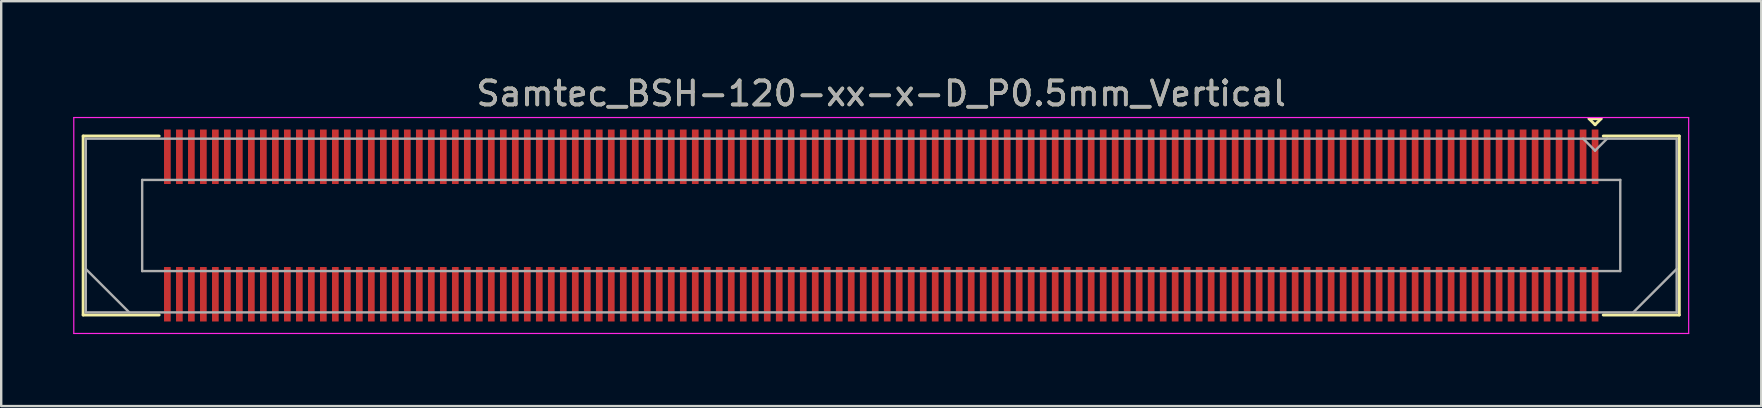
<source format=kicad_pcb>
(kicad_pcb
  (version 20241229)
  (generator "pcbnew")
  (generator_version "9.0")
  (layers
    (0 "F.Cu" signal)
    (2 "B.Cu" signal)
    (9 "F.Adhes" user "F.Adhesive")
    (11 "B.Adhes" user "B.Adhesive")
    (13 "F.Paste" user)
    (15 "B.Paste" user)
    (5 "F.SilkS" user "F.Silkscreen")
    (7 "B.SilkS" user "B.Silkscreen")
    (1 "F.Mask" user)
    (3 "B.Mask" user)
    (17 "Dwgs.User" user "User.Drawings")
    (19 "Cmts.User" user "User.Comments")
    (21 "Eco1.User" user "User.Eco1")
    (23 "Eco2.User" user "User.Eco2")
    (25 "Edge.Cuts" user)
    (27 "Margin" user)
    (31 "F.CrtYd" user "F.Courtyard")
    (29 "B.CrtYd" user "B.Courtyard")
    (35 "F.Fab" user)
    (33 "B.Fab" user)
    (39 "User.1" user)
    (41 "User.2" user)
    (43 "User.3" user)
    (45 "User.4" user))
  (footprint "Samtec_BSH-120-xx-x-D_P0.5mm_Vertical"
    (layer "F.Cu")
    (at 33.675 6.348)
    (property "Reference" "Samtec_BSH-120-xx-x-D_P0.5mm_Vertical" (at 0 -5.5 0) (layer "F.SilkS") (effects (font (size 1 1) (thickness 0.15))))
    (attr smd)
    (fp_line (start -33.26 -3.73) (end -30.09 -3.73) (stroke (width 0.12) (type solid)) (layer "F.SilkS"))
    (fp_line (start -33.26 3.73) (end -33.26 -3.73) (stroke (width 0.12) (type solid)) (layer "F.SilkS"))
    (fp_line (start -30.09 3.73) (end -33.26 3.73) (stroke (width 0.12) (type solid)) (layer "F.SilkS"))
    (fp_line (start 29.5 -4.45) (end 30 -4.45) (stroke (width 0.12) (type solid)) (layer "F.SilkS"))
    (fp_line (start 29.75 -4.2) (end 29.5 -4.45) (stroke (width 0.12) (type solid)) (layer "F.SilkS"))
    (fp_line (start 30 -4.45) (end 29.75 -4.2) (stroke (width 0.12) (type solid)) (layer "F.SilkS"))
    (fp_line (start 30.09 3.73) (end 33.26 3.73) (stroke (width 0.12) (type solid)) (layer "F.SilkS"))
    (fp_line (start 33.26 -3.73) (end 30.09 -3.73) (stroke (width 0.12) (type solid)) (layer "F.SilkS"))
    (fp_line (start 33.26 3.73) (end 33.26 -3.73) (stroke (width 0.12) (type solid)) (layer "F.SilkS"))
    (fp_line (start -33.65 -4.5) (end -33.65 4.5) (stroke (width 0.05) (type solid)) (layer "F.CrtYd"))
    (fp_line (start -33.65 4.5) (end 33.65 4.5) (stroke (width 0.05) (type solid)) (layer "F.CrtYd"))
    (fp_line (start 33.65 -4.5) (end -33.65 -4.5) (stroke (width 0.05) (type solid)) (layer "F.CrtYd"))
    (fp_line (start 33.65 4.5) (end 33.65 -4.5) (stroke (width 0.05) (type solid)) (layer "F.CrtYd"))
    (fp_line (start -33.15 -3.62) (end -33.15 3.62) (stroke (width 0.1) (type solid)) (layer "F.Fab"))
    (fp_line (start -33.15 1.81) (end -31.34 3.62) (stroke (width 0.1) (type solid)) (layer "F.Fab"))
    (fp_line (start -33.15 3.62) (end 33.15 3.62) (stroke (width 0.1) (type solid)) (layer "F.Fab"))
    (fp_line (start -30.8 -1.9) (end -30.8 1.9) (stroke (width 0.1) (type solid)) (layer "F.Fab"))
    (fp_line (start -30.8 1.9) (end 30.8 1.9) (stroke (width 0.1) (type solid)) (layer "F.Fab"))
    (fp_line (start 29.75 -3.12) (end 29.25 -3.62) (stroke (width 0.1) (type solid)) (layer "F.Fab"))
    (fp_line (start 30.25 -3.62) (end 29.75 -3.12) (stroke (width 0.1) (type solid)) (layer "F.Fab"))
    (fp_line (start 30.8 -1.9) (end -30.8 -1.9) (stroke (width 0.1) (type solid)) (layer "F.Fab"))
    (fp_line (start 30.8 1.9) (end 30.8 -1.9) (stroke (width 0.1) (type solid)) (layer "F.Fab"))
    (fp_line (start 33.15 -3.62) (end -33.15 -3.62) (stroke (width 0.1) (type solid)) (layer "F.Fab"))
    (fp_line (start 33.15 1.81) (end 31.34 3.62) (stroke (width 0.1) (type solid)) (layer "F.Fab"))
    (fp_line (start 33.15 3.62) (end 33.15 -3.62) (stroke (width 0.1) (type solid)) (layer "F.Fab"))
    (fp_text user "${REFERENCE}" (at 0 -5.5 0) (layer "F.Fab") (effects (font (size 1 1) (thickness 0.15))))
    (pad "1" smd rect (at 29.75 -2.865) (size 0.279 2.27) (layers "F.Cu" "F.Mask" "F.Paste"))
    (pad "2" smd rect (at 29.75 2.865) (size 0.279 2.27) (layers "F.Cu" "F.Mask" "F.Paste"))
    (pad "3" smd rect (at 29.25 -2.865) (size 0.279 2.27) (layers "F.Cu" "F.Mask" "F.Paste"))
    (pad "4" smd rect (at 29.25 2.865) (size 0.279 2.27) (layers "F.Cu" "F.Mask" "F.Paste"))
    (pad "5" smd rect (at 28.75 -2.865) (size 0.279 2.27) (layers "F.Cu" "F.Mask" "F.Paste"))
    (pad "6" smd rect (at 28.75 2.865) (size 0.279 2.27) (layers "F.Cu" "F.Mask" "F.Paste"))
    (pad "7" smd rect (at 28.25 -2.865) (size 0.279 2.27) (layers "F.Cu" "F.Mask" "F.Paste"))
    (pad "8" smd rect (at 28.25 2.865) (size 0.279 2.27) (layers "F.Cu" "F.Mask" "F.Paste"))
    (pad "9" smd rect (at 27.75 -2.865) (size 0.279 2.27) (layers "F.Cu" "F.Mask" "F.Paste"))
    (pad "10" smd rect (at 27.75 2.865) (size 0.279 2.27) (layers "F.Cu" "F.Mask" "F.Paste"))
    (pad "11" smd rect (at 27.25 -2.865) (size 0.279 2.27) (layers "F.Cu" "F.Mask" "F.Paste"))
    (pad "12" smd rect (at 27.25 2.865) (size 0.279 2.27) (layers "F.Cu" "F.Mask" "F.Paste"))
    (pad "13" smd rect (at 26.75 -2.865) (size 0.279 2.27) (layers "F.Cu" "F.Mask" "F.Paste"))
    (pad "14" smd rect (at 26.75 2.865) (size 0.279 2.27) (layers "F.Cu" "F.Mask" "F.Paste"))
    (pad "15" smd rect (at 26.25 -2.865) (size 0.279 2.27) (layers "F.Cu" "F.Mask" "F.Paste"))
    (pad "16" smd rect (at 26.25 2.865) (size 0.279 2.27) (layers "F.Cu" "F.Mask" "F.Paste"))
    (pad "17" smd rect (at 25.75 -2.865) (size 0.279 2.27) (layers "F.Cu" "F.Mask" "F.Paste"))
    (pad "18" smd rect (at 25.75 2.865) (size 0.279 2.27) (layers "F.Cu" "F.Mask" "F.Paste"))
    (pad "19" smd rect (at 25.25 -2.865) (size 0.279 2.27) (layers "F.Cu" "F.Mask" "F.Paste"))
    (pad "20" smd rect (at 25.25 2.865) (size 0.279 2.27) (layers "F.Cu" "F.Mask" "F.Paste"))
    (pad "21" smd rect (at 24.75 -2.865) (size 0.279 2.27) (layers "F.Cu" "F.Mask" "F.Paste"))
    (pad "22" smd rect (at 24.75 2.865) (size 0.279 2.27) (layers "F.Cu" "F.Mask" "F.Paste"))
    (pad "23" smd rect (at 24.25 -2.865) (size 0.279 2.27) (layers "F.Cu" "F.Mask" "F.Paste"))
    (pad "24" smd rect (at 24.25 2.865) (size 0.279 2.27) (layers "F.Cu" "F.Mask" "F.Paste"))
    (pad "25" smd rect (at 23.75 -2.865) (size 0.279 2.27) (layers "F.Cu" "F.Mask" "F.Paste"))
    (pad "26" smd rect (at 23.75 2.865) (size 0.279 2.27) (layers "F.Cu" "F.Mask" "F.Paste"))
    (pad "27" smd rect (at 23.25 -2.865) (size 0.279 2.27) (layers "F.Cu" "F.Mask" "F.Paste"))
    (pad "28" smd rect (at 23.25 2.865) (size 0.279 2.27) (layers "F.Cu" "F.Mask" "F.Paste"))
    (pad "29" smd rect (at 22.75 -2.865) (size 0.279 2.27) (layers "F.Cu" "F.Mask" "F.Paste"))
    (pad "30" smd rect (at 22.75 2.865) (size 0.279 2.27) (layers "F.Cu" "F.Mask" "F.Paste"))
    (pad "31" smd rect (at 22.25 -2.865) (size 0.279 2.27) (layers "F.Cu" "F.Mask" "F.Paste"))
    (pad "32" smd rect (at 22.25 2.865) (size 0.279 2.27) (layers "F.Cu" "F.Mask" "F.Paste"))
    (pad "33" smd rect (at 21.75 -2.865) (size 0.279 2.27) (layers "F.Cu" "F.Mask" "F.Paste"))
    (pad "34" smd rect (at 21.75 2.865) (size 0.279 2.27) (layers "F.Cu" "F.Mask" "F.Paste"))
    (pad "35" smd rect (at 21.25 -2.865) (size 0.279 2.27) (layers "F.Cu" "F.Mask" "F.Paste"))
    (pad "36" smd rect (at 21.25 2.865) (size 0.279 2.27) (layers "F.Cu" "F.Mask" "F.Paste"))
    (pad "37" smd rect (at 20.75 -2.865) (size 0.279 2.27) (layers "F.Cu" "F.Mask" "F.Paste"))
    (pad "38" smd rect (at 20.75 2.865) (size 0.279 2.27) (layers "F.Cu" "F.Mask" "F.Paste"))
    (pad "39" smd rect (at 20.25 -2.865) (size 0.279 2.27) (layers "F.Cu" "F.Mask" "F.Paste"))
    (pad "40" smd rect (at 20.25 2.865) (size 0.279 2.27) (layers "F.Cu" "F.Mask" "F.Paste"))
    (pad "41" smd rect (at 19.75 -2.865) (size 0.279 2.27) (layers "F.Cu" "F.Mask" "F.Paste"))
    (pad "42" smd rect (at 19.75 2.865) (size 0.279 2.27) (layers "F.Cu" "F.Mask" "F.Paste"))
    (pad "43" smd rect (at 19.25 -2.865) (size 0.279 2.27) (layers "F.Cu" "F.Mask" "F.Paste"))
    (pad "44" smd rect (at 19.25 2.865) (size 0.279 2.27) (layers "F.Cu" "F.Mask" "F.Paste"))
    (pad "45" smd rect (at 18.75 -2.865) (size 0.279 2.27) (layers "F.Cu" "F.Mask" "F.Paste"))
    (pad "46" smd rect (at 18.75 2.865) (size 0.279 2.27) (layers "F.Cu" "F.Mask" "F.Paste"))
    (pad "47" smd rect (at 18.25 -2.865) (size 0.279 2.27) (layers "F.Cu" "F.Mask" "F.Paste"))
    (pad "48" smd rect (at 18.25 2.865) (size 0.279 2.27) (layers "F.Cu" "F.Mask" "F.Paste"))
    (pad "49" smd rect (at 17.75 -2.865) (size 0.279 2.27) (layers "F.Cu" "F.Mask" "F.Paste"))
    (pad "50" smd rect (at 17.75 2.865) (size 0.279 2.27) (layers "F.Cu" "F.Mask" "F.Paste"))
    (pad "51" smd rect (at 17.25 -2.865) (size 0.279 2.27) (layers "F.Cu" "F.Mask" "F.Paste"))
    (pad "52" smd rect (at 17.25 2.865) (size 0.279 2.27) (layers "F.Cu" "F.Mask" "F.Paste"))
    (pad "53" smd rect (at 16.75 -2.865) (size 0.279 2.27) (layers "F.Cu" "F.Mask" "F.Paste"))
    (pad "54" smd rect (at 16.75 2.865) (size 0.279 2.27) (layers "F.Cu" "F.Mask" "F.Paste"))
    (pad "55" smd rect (at 16.25 -2.865) (size 0.279 2.27) (layers "F.Cu" "F.Mask" "F.Paste"))
    (pad "56" smd rect (at 16.25 2.865) (size 0.279 2.27) (layers "F.Cu" "F.Mask" "F.Paste"))
    (pad "57" smd rect (at 15.75 -2.865) (size 0.279 2.27) (layers "F.Cu" "F.Mask" "F.Paste"))
    (pad "58" smd rect (at 15.75 2.865) (size 0.279 2.27) (layers "F.Cu" "F.Mask" "F.Paste"))
    (pad "59" smd rect (at 15.25 -2.865) (size 0.279 2.27) (layers "F.Cu" "F.Mask" "F.Paste"))
    (pad "60" smd rect (at 15.25 2.865) (size 0.279 2.27) (layers "F.Cu" "F.Mask" "F.Paste"))
    (pad "61" smd rect (at 14.75 -2.865) (size 0.279 2.27) (layers "F.Cu" "F.Mask" "F.Paste"))
    (pad "62" smd rect (at 14.75 2.865) (size 0.279 2.27) (layers "F.Cu" "F.Mask" "F.Paste"))
    (pad "63" smd rect (at 14.25 -2.865) (size 0.279 2.27) (layers "F.Cu" "F.Mask" "F.Paste"))
    (pad "64" smd rect (at 14.25 2.865) (size 0.279 2.27) (layers "F.Cu" "F.Mask" "F.Paste"))
    (pad "65" smd rect (at 13.75 -2.865) (size 0.279 2.27) (layers "F.Cu" "F.Mask" "F.Paste"))
    (pad "66" smd rect (at 13.75 2.865) (size 0.279 2.27) (layers "F.Cu" "F.Mask" "F.Paste"))
    (pad "67" smd rect (at 13.25 -2.865) (size 0.279 2.27) (layers "F.Cu" "F.Mask" "F.Paste"))
    (pad "68" smd rect (at 13.25 2.865) (size 0.279 2.27) (layers "F.Cu" "F.Mask" "F.Paste"))
    (pad "69" smd rect (at 12.75 -2.865) (size 0.279 2.27) (layers "F.Cu" "F.Mask" "F.Paste"))
    (pad "70" smd rect (at 12.75 2.865) (size 0.279 2.27) (layers "F.Cu" "F.Mask" "F.Paste"))
    (pad "71" smd rect (at 12.25 -2.865) (size 0.279 2.27) (layers "F.Cu" "F.Mask" "F.Paste"))
    (pad "72" smd rect (at 12.25 2.865) (size 0.279 2.27) (layers "F.Cu" "F.Mask" "F.Paste"))
    (pad "73" smd rect (at 11.75 -2.865) (size 0.279 2.27) (layers "F.Cu" "F.Mask" "F.Paste"))
    (pad "74" smd rect (at 11.75 2.865) (size 0.279 2.27) (layers "F.Cu" "F.Mask" "F.Paste"))
    (pad "75" smd rect (at 11.25 -2.865) (size 0.279 2.27) (layers "F.Cu" "F.Mask" "F.Paste"))
    (pad "76" smd rect (at 11.25 2.865) (size 0.279 2.27) (layers "F.Cu" "F.Mask" "F.Paste"))
    (pad "77" smd rect (at 10.75 -2.865) (size 0.279 2.27) (layers "F.Cu" "F.Mask" "F.Paste"))
    (pad "78" smd rect (at 10.75 2.865) (size 0.279 2.27) (layers "F.Cu" "F.Mask" "F.Paste"))
    (pad "79" smd rect (at 10.25 -2.865) (size 0.279 2.27) (layers "F.Cu" "F.Mask" "F.Paste"))
    (pad "80" smd rect (at 10.25 2.865) (size 0.279 2.27) (layers "F.Cu" "F.Mask" "F.Paste"))
    (pad "81" smd rect (at 9.75 -2.865) (size 0.279 2.27) (layers "F.Cu" "F.Mask" "F.Paste"))
    (pad "82" smd rect (at 9.75 2.865) (size 0.279 2.27) (layers "F.Cu" "F.Mask" "F.Paste"))
    (pad "83" smd rect (at 9.25 -2.865) (size 0.279 2.27) (layers "F.Cu" "F.Mask" "F.Paste"))
    (pad "84" smd rect (at 9.25 2.865) (size 0.279 2.27) (layers "F.Cu" "F.Mask" "F.Paste"))
    (pad "85" smd rect (at 8.75 -2.865) (size 0.279 2.27) (layers "F.Cu" "F.Mask" "F.Paste"))
    (pad "86" smd rect (at 8.75 2.865) (size 0.279 2.27) (layers "F.Cu" "F.Mask" "F.Paste"))
    (pad "87" smd rect (at 8.25 -2.865) (size 0.279 2.27) (layers "F.Cu" "F.Mask" "F.Paste"))
    (pad "88" smd rect (at 8.25 2.865) (size 0.279 2.27) (layers "F.Cu" "F.Mask" "F.Paste"))
    (pad "89" smd rect (at 7.75 -2.865) (size 0.279 2.27) (layers "F.Cu" "F.Mask" "F.Paste"))
    (pad "90" smd rect (at 7.75 2.865) (size 0.279 2.27) (layers "F.Cu" "F.Mask" "F.Paste"))
    (pad "91" smd rect (at 7.25 -2.865) (size 0.279 2.27) (layers "F.Cu" "F.Mask" "F.Paste"))
    (pad "92" smd rect (at 7.25 2.865) (size 0.279 2.27) (layers "F.Cu" "F.Mask" "F.Paste"))
    (pad "93" smd rect (at 6.75 -2.865) (size 0.279 2.27) (layers "F.Cu" "F.Mask" "F.Paste"))
    (pad "94" smd rect (at 6.75 2.865) (size 0.279 2.27) (layers "F.Cu" "F.Mask" "F.Paste"))
    (pad "95" smd rect (at 6.25 -2.865) (size 0.279 2.27) (layers "F.Cu" "F.Mask" "F.Paste"))
    (pad "96" smd rect (at 6.25 2.865) (size 0.279 2.27) (layers "F.Cu" "F.Mask" "F.Paste"))
    (pad "97" smd rect (at 5.75 -2.865) (size 0.279 2.27) (layers "F.Cu" "F.Mask" "F.Paste"))
    (pad "98" smd rect (at 5.75 2.865) (size 0.279 2.27) (layers "F.Cu" "F.Mask" "F.Paste"))
    (pad "99" smd rect (at 5.25 -2.865) (size 0.279 2.27) (layers "F.Cu" "F.Mask" "F.Paste"))
    (pad "100" smd rect (at 5.25 2.865) (size 0.279 2.27) (layers "F.Cu" "F.Mask" "F.Paste"))
    (pad "101" smd rect (at 4.75 -2.865) (size 0.279 2.27) (layers "F.Cu" "F.Mask" "F.Paste"))
    (pad "102" smd rect (at 4.75 2.865) (size 0.279 2.27) (layers "F.Cu" "F.Mask" "F.Paste"))
    (pad "103" smd rect (at 4.25 -2.865) (size 0.279 2.27) (layers "F.Cu" "F.Mask" "F.Paste"))
    (pad "104" smd rect (at 4.25 2.865) (size 0.279 2.27) (layers "F.Cu" "F.Mask" "F.Paste"))
    (pad "105" smd rect (at 3.75 -2.865) (size 0.279 2.27) (layers "F.Cu" "F.Mask" "F.Paste"))
    (pad "106" smd rect (at 3.75 2.865) (size 0.279 2.27) (layers "F.Cu" "F.Mask" "F.Paste"))
    (pad "107" smd rect (at 3.25 -2.865) (size 0.279 2.27) (layers "F.Cu" "F.Mask" "F.Paste"))
    (pad "108" smd rect (at 3.25 2.865) (size 0.279 2.27) (layers "F.Cu" "F.Mask" "F.Paste"))
    (pad "109" smd rect (at 2.75 -2.865) (size 0.279 2.27) (layers "F.Cu" "F.Mask" "F.Paste"))
    (pad "110" smd rect (at 2.75 2.865) (size 0.279 2.27) (layers "F.Cu" "F.Mask" "F.Paste"))
    (pad "111" smd rect (at 2.25 -2.865) (size 0.279 2.27) (layers "F.Cu" "F.Mask" "F.Paste"))
    (pad "112" smd rect (at 2.25 2.865) (size 0.279 2.27) (layers "F.Cu" "F.Mask" "F.Paste"))
    (pad "113" smd rect (at 1.75 -2.865) (size 0.279 2.27) (layers "F.Cu" "F.Mask" "F.Paste"))
    (pad "114" smd rect (at 1.75 2.865) (size 0.279 2.27) (layers "F.Cu" "F.Mask" "F.Paste"))
    (pad "115" smd rect (at 1.25 -2.865) (size 0.279 2.27) (layers "F.Cu" "F.Mask" "F.Paste"))
    (pad "116" smd rect (at 1.25 2.865) (size 0.279 2.27) (layers "F.Cu" "F.Mask" "F.Paste"))
    (pad "117" smd rect (at 0.75 -2.865) (size 0.279 2.27) (layers "F.Cu" "F.Mask" "F.Paste"))
    (pad "118" smd rect (at 0.75 2.865) (size 0.279 2.27) (layers "F.Cu" "F.Mask" "F.Paste"))
    (pad "119" smd rect (at 0.25 -2.865) (size 0.279 2.27) (layers "F.Cu" "F.Mask" "F.Paste"))
    (pad "120" smd rect (at 0.25 2.865) (size 0.279 2.27) (layers "F.Cu" "F.Mask" "F.Paste"))
    (pad "121" smd rect (at -0.25 -2.865) (size 0.279 2.27) (layers "F.Cu" "F.Mask" "F.Paste"))
    (pad "122" smd rect (at -0.25 2.865) (size 0.279 2.27) (layers "F.Cu" "F.Mask" "F.Paste"))
    (pad "123" smd rect (at -0.75 -2.865) (size 0.279 2.27) (layers "F.Cu" "F.Mask" "F.Paste"))
    (pad "124" smd rect (at -0.75 2.865) (size 0.279 2.27) (layers "F.Cu" "F.Mask" "F.Paste"))
    (pad "125" smd rect (at -1.25 -2.865) (size 0.279 2.27) (layers "F.Cu" "F.Mask" "F.Paste"))
    (pad "126" smd rect (at -1.25 2.865) (size 0.279 2.27) (layers "F.Cu" "F.Mask" "F.Paste"))
    (pad "127" smd rect (at -1.75 -2.865) (size 0.279 2.27) (layers "F.Cu" "F.Mask" "F.Paste"))
    (pad "128" smd rect (at -1.75 2.865) (size 0.279 2.27) (layers "F.Cu" "F.Mask" "F.Paste"))
    (pad "129" smd rect (at -2.25 -2.865) (size 0.279 2.27) (layers "F.Cu" "F.Mask" "F.Paste"))
    (pad "130" smd rect (at -2.25 2.865) (size 0.279 2.27) (layers "F.Cu" "F.Mask" "F.Paste"))
    (pad "131" smd rect (at -2.75 -2.865) (size 0.279 2.27) (layers "F.Cu" "F.Mask" "F.Paste"))
    (pad "132" smd rect (at -2.75 2.865) (size 0.279 2.27) (layers "F.Cu" "F.Mask" "F.Paste"))
    (pad "133" smd rect (at -3.25 -2.865) (size 0.279 2.27) (layers "F.Cu" "F.Mask" "F.Paste"))
    (pad "134" smd rect (at -3.25 2.865) (size 0.279 2.27) (layers "F.Cu" "F.Mask" "F.Paste"))
    (pad "135" smd rect (at -3.75 -2.865) (size 0.279 2.27) (layers "F.Cu" "F.Mask" "F.Paste"))
    (pad "136" smd rect (at -3.75 2.865) (size 0.279 2.27) (layers "F.Cu" "F.Mask" "F.Paste"))
    (pad "137" smd rect (at -4.25 -2.865) (size 0.279 2.27) (layers "F.Cu" "F.Mask" "F.Paste"))
    (pad "138" smd rect (at -4.25 2.865) (size 0.279 2.27) (layers "F.Cu" "F.Mask" "F.Paste"))
    (pad "139" smd rect (at -4.75 -2.865) (size 0.279 2.27) (layers "F.Cu" "F.Mask" "F.Paste"))
    (pad "140" smd rect (at -4.75 2.865) (size 0.279 2.27) (layers "F.Cu" "F.Mask" "F.Paste"))
    (pad "141" smd rect (at -5.25 -2.865) (size 0.279 2.27) (layers "F.Cu" "F.Mask" "F.Paste"))
    (pad "142" smd rect (at -5.25 2.865) (size 0.279 2.27) (layers "F.Cu" "F.Mask" "F.Paste"))
    (pad "143" smd rect (at -5.75 -2.865) (size 0.279 2.27) (layers "F.Cu" "F.Mask" "F.Paste"))
    (pad "144" smd rect (at -5.75 2.865) (size 0.279 2.27) (layers "F.Cu" "F.Mask" "F.Paste"))
    (pad "145" smd rect (at -6.25 -2.865) (size 0.279 2.27) (layers "F.Cu" "F.Mask" "F.Paste"))
    (pad "146" smd rect (at -6.25 2.865) (size 0.279 2.27) (layers "F.Cu" "F.Mask" "F.Paste"))
    (pad "147" smd rect (at -6.75 -2.865) (size 0.279 2.27) (layers "F.Cu" "F.Mask" "F.Paste"))
    (pad "148" smd rect (at -6.75 2.865) (size 0.279 2.27) (layers "F.Cu" "F.Mask" "F.Paste"))
    (pad "149" smd rect (at -7.25 -2.865) (size 0.279 2.27) (layers "F.Cu" "F.Mask" "F.Paste"))
    (pad "150" smd rect (at -7.25 2.865) (size 0.279 2.27) (layers "F.Cu" "F.Mask" "F.Paste"))
    (pad "151" smd rect (at -7.75 -2.865) (size 0.279 2.27) (layers "F.Cu" "F.Mask" "F.Paste"))
    (pad "152" smd rect (at -7.75 2.865) (size 0.279 2.27) (layers "F.Cu" "F.Mask" "F.Paste"))
    (pad "153" smd rect (at -8.25 -2.865) (size 0.279 2.27) (layers "F.Cu" "F.Mask" "F.Paste"))
    (pad "154" smd rect (at -8.25 2.865) (size 0.279 2.27) (layers "F.Cu" "F.Mask" "F.Paste"))
    (pad "155" smd rect (at -8.75 -2.865) (size 0.279 2.27) (layers "F.Cu" "F.Mask" "F.Paste"))
    (pad "156" smd rect (at -8.75 2.865) (size 0.279 2.27) (layers "F.Cu" "F.Mask" "F.Paste"))
    (pad "157" smd rect (at -9.25 -2.865) (size 0.279 2.27) (layers "F.Cu" "F.Mask" "F.Paste"))
    (pad "158" smd rect (at -9.25 2.865) (size 0.279 2.27) (layers "F.Cu" "F.Mask" "F.Paste"))
    (pad "159" smd rect (at -9.75 -2.865) (size 0.279 2.27) (layers "F.Cu" "F.Mask" "F.Paste"))
    (pad "160" smd rect (at -9.75 2.865) (size 0.279 2.27) (layers "F.Cu" "F.Mask" "F.Paste"))
    (pad "161" smd rect (at -10.25 -2.865) (size 0.279 2.27) (layers "F.Cu" "F.Mask" "F.Paste"))
    (pad "162" smd rect (at -10.25 2.865) (size 0.279 2.27) (layers "F.Cu" "F.Mask" "F.Paste"))
    (pad "163" smd rect (at -10.75 -2.865) (size 0.279 2.27) (layers "F.Cu" "F.Mask" "F.Paste"))
    (pad "164" smd rect (at -10.75 2.865) (size 0.279 2.27) (layers "F.Cu" "F.Mask" "F.Paste"))
    (pad "165" smd rect (at -11.25 -2.865) (size 0.279 2.27) (layers "F.Cu" "F.Mask" "F.Paste"))
    (pad "166" smd rect (at -11.25 2.865) (size 0.279 2.27) (layers "F.Cu" "F.Mask" "F.Paste"))
    (pad "167" smd rect (at -11.75 -2.865) (size 0.279 2.27) (layers "F.Cu" "F.Mask" "F.Paste"))
    (pad "168" smd rect (at -11.75 2.865) (size 0.279 2.27) (layers "F.Cu" "F.Mask" "F.Paste"))
    (pad "169" smd rect (at -12.25 -2.865) (size 0.279 2.27) (layers "F.Cu" "F.Mask" "F.Paste"))
    (pad "170" smd rect (at -12.25 2.865) (size 0.279 2.27) (layers "F.Cu" "F.Mask" "F.Paste"))
    (pad "171" smd rect (at -12.75 -2.865) (size 0.279 2.27) (layers "F.Cu" "F.Mask" "F.Paste"))
    (pad "172" smd rect (at -12.75 2.865) (size 0.279 2.27) (layers "F.Cu" "F.Mask" "F.Paste"))
    (pad "173" smd rect (at -13.25 -2.865) (size 0.279 2.27) (layers "F.Cu" "F.Mask" "F.Paste"))
    (pad "174" smd rect (at -13.25 2.865) (size 0.279 2.27) (layers "F.Cu" "F.Mask" "F.Paste"))
    (pad "175" smd rect (at -13.75 -2.865) (size 0.279 2.27) (layers "F.Cu" "F.Mask" "F.Paste"))
    (pad "176" smd rect (at -13.75 2.865) (size 0.279 2.27) (layers "F.Cu" "F.Mask" "F.Paste"))
    (pad "177" smd rect (at -14.25 -2.865) (size 0.279 2.27) (layers "F.Cu" "F.Mask" "F.Paste"))
    (pad "178" smd rect (at -14.25 2.865) (size 0.279 2.27) (layers "F.Cu" "F.Mask" "F.Paste"))
    (pad "179" smd rect (at -14.75 -2.865) (size 0.279 2.27) (layers "F.Cu" "F.Mask" "F.Paste"))
    (pad "180" smd rect (at -14.75 2.865) (size 0.279 2.27) (layers "F.Cu" "F.Mask" "F.Paste"))
    (pad "181" smd rect (at -15.25 -2.865) (size 0.279 2.27) (layers "F.Cu" "F.Mask" "F.Paste"))
    (pad "182" smd rect (at -15.25 2.865) (size 0.279 2.27) (layers "F.Cu" "F.Mask" "F.Paste"))
    (pad "183" smd rect (at -15.75 -2.865) (size 0.279 2.27) (layers "F.Cu" "F.Mask" "F.Paste"))
    (pad "184" smd rect (at -15.75 2.865) (size 0.279 2.27) (layers "F.Cu" "F.Mask" "F.Paste"))
    (pad "185" smd rect (at -16.25 -2.865) (size 0.279 2.27) (layers "F.Cu" "F.Mask" "F.Paste"))
    (pad "186" smd rect (at -16.25 2.865) (size 0.279 2.27) (layers "F.Cu" "F.Mask" "F.Paste"))
    (pad "187" smd rect (at -16.75 -2.865) (size 0.279 2.27) (layers "F.Cu" "F.Mask" "F.Paste"))
    (pad "188" smd rect (at -16.75 2.865) (size 0.279 2.27) (layers "F.Cu" "F.Mask" "F.Paste"))
    (pad "189" smd rect (at -17.25 -2.865) (size 0.279 2.27) (layers "F.Cu" "F.Mask" "F.Paste"))
    (pad "190" smd rect (at -17.25 2.865) (size 0.279 2.27) (layers "F.Cu" "F.Mask" "F.Paste"))
    (pad "191" smd rect (at -17.75 -2.865) (size 0.279 2.27) (layers "F.Cu" "F.Mask" "F.Paste"))
    (pad "192" smd rect (at -17.75 2.865) (size 0.279 2.27) (layers "F.Cu" "F.Mask" "F.Paste"))
    (pad "193" smd rect (at -18.25 -2.865) (size 0.279 2.27) (layers "F.Cu" "F.Mask" "F.Paste"))
    (pad "194" smd rect (at -18.25 2.865) (size 0.279 2.27) (layers "F.Cu" "F.Mask" "F.Paste"))
    (pad "195" smd rect (at -18.75 -2.865) (size 0.279 2.27) (layers "F.Cu" "F.Mask" "F.Paste"))
    (pad "196" smd rect (at -18.75 2.865) (size 0.279 2.27) (layers "F.Cu" "F.Mask" "F.Paste"))
    (pad "197" smd rect (at -19.25 -2.865) (size 0.279 2.27) (layers "F.Cu" "F.Mask" "F.Paste"))
    (pad "198" smd rect (at -19.25 2.865) (size 0.279 2.27) (layers "F.Cu" "F.Mask" "F.Paste"))
    (pad "199" smd rect (at -19.75 -2.865) (size 0.279 2.27) (layers "F.Cu" "F.Mask" "F.Paste"))
    (pad "200" smd rect (at -19.75 2.865) (size 0.279 2.27) (layers "F.Cu" "F.Mask" "F.Paste"))
    (pad "201" smd rect (at -20.25 -2.865) (size 0.279 2.27) (layers "F.Cu" "F.Mask" "F.Paste"))
    (pad "202" smd rect (at -20.25 2.865) (size 0.279 2.27) (layers "F.Cu" "F.Mask" "F.Paste"))
    (pad "203" smd rect (at -20.75 -2.865) (size 0.279 2.27) (layers "F.Cu" "F.Mask" "F.Paste"))
    (pad "204" smd rect (at -20.75 2.865) (size 0.279 2.27) (layers "F.Cu" "F.Mask" "F.Paste"))
    (pad "205" smd rect (at -21.25 -2.865) (size 0.279 2.27) (layers "F.Cu" "F.Mask" "F.Paste"))
    (pad "206" smd rect (at -21.25 2.865) (size 0.279 2.27) (layers "F.Cu" "F.Mask" "F.Paste"))
    (pad "207" smd rect (at -21.75 -2.865) (size 0.279 2.27) (layers "F.Cu" "F.Mask" "F.Paste"))
    (pad "208" smd rect (at -21.75 2.865) (size 0.279 2.27) (layers "F.Cu" "F.Mask" "F.Paste"))
    (pad "209" smd rect (at -22.25 -2.865) (size 0.279 2.27) (layers "F.Cu" "F.Mask" "F.Paste"))
    (pad "210" smd rect (at -22.25 2.865) (size 0.279 2.27) (layers "F.Cu" "F.Mask" "F.Paste"))
    (pad "211" smd rect (at -22.75 -2.865) (size 0.279 2.27) (layers "F.Cu" "F.Mask" "F.Paste"))
    (pad "212" smd rect (at -22.75 2.865) (size 0.279 2.27) (layers "F.Cu" "F.Mask" "F.Paste"))
    (pad "213" smd rect (at -23.25 -2.865) (size 0.279 2.27) (layers "F.Cu" "F.Mask" "F.Paste"))
    (pad "214" smd rect (at -23.25 2.865) (size 0.279 2.27) (layers "F.Cu" "F.Mask" "F.Paste"))
    (pad "215" smd rect (at -23.75 -2.865) (size 0.279 2.27) (layers "F.Cu" "F.Mask" "F.Paste"))
    (pad "216" smd rect (at -23.75 2.865) (size 0.279 2.27) (layers "F.Cu" "F.Mask" "F.Paste"))
    (pad "217" smd rect (at -24.25 -2.865) (size 0.279 2.27) (layers "F.Cu" "F.Mask" "F.Paste"))
    (pad "218" smd rect (at -24.25 2.865) (size 0.279 2.27) (layers "F.Cu" "F.Mask" "F.Paste"))
    (pad "219" smd rect (at -24.75 -2.865) (size 0.279 2.27) (layers "F.Cu" "F.Mask" "F.Paste"))
    (pad "220" smd rect (at -24.75 2.865) (size 0.279 2.27) (layers "F.Cu" "F.Mask" "F.Paste"))
    (pad "221" smd rect (at -25.25 -2.865) (size 0.279 2.27) (layers "F.Cu" "F.Mask" "F.Paste"))
    (pad "222" smd rect (at -25.25 2.865) (size 0.279 2.27) (layers "F.Cu" "F.Mask" "F.Paste"))
    (pad "223" smd rect (at -25.75 -2.865) (size 0.279 2.27) (layers "F.Cu" "F.Mask" "F.Paste"))
    (pad "224" smd rect (at -25.75 2.865) (size 0.279 2.27) (layers "F.Cu" "F.Mask" "F.Paste"))
    (pad "225" smd rect (at -26.25 -2.865) (size 0.279 2.27) (layers "F.Cu" "F.Mask" "F.Paste"))
    (pad "226" smd rect (at -26.25 2.865) (size 0.279 2.27) (layers "F.Cu" "F.Mask" "F.Paste"))
    (pad "227" smd rect (at -26.75 -2.865) (size 0.279 2.27) (layers "F.Cu" "F.Mask" "F.Paste"))
    (pad "228" smd rect (at -26.75 2.865) (size 0.279 2.27) (layers "F.Cu" "F.Mask" "F.Paste"))
    (pad "229" smd rect (at -27.25 -2.865) (size 0.279 2.27) (layers "F.Cu" "F.Mask" "F.Paste"))
    (pad "230" smd rect (at -27.25 2.865) (size 0.279 2.27) (layers "F.Cu" "F.Mask" "F.Paste"))
    (pad "231" smd rect (at -27.75 -2.865) (size 0.279 2.27) (layers "F.Cu" "F.Mask" "F.Paste"))
    (pad "232" smd rect (at -27.75 2.865) (size 0.279 2.27) (layers "F.Cu" "F.Mask" "F.Paste"))
    (pad "233" smd rect (at -28.25 -2.865) (size 0.279 2.27) (layers "F.Cu" "F.Mask" "F.Paste"))
    (pad "234" smd rect (at -28.25 2.865) (size 0.279 2.27) (layers "F.Cu" "F.Mask" "F.Paste"))
    (pad "235" smd rect (at -28.75 -2.865) (size 0.279 2.27) (layers "F.Cu" "F.Mask" "F.Paste"))
    (pad "236" smd rect (at -28.75 2.865) (size 0.279 2.27) (layers "F.Cu" "F.Mask" "F.Paste"))
    (pad "237" smd rect (at -29.25 -2.865) (size 0.279 2.27) (layers "F.Cu" "F.Mask" "F.Paste"))
    (pad "238" smd rect (at -29.25 2.865) (size 0.279 2.27) (layers "F.Cu" "F.Mask" "F.Paste"))
    (pad "239" smd rect (at -29.75 -2.865) (size 0.279 2.27) (layers "F.Cu" "F.Mask" "F.Paste"))
    (pad "240" smd rect (at -29.75 2.865) (size 0.279 2.27) (layers "F.Cu" "F.Mask" "F.Paste")))
  (gr_rect
    (start -3 -3)
    (end 70.35 13.873)
    (stroke (width 0.1) (type default))
    (fill no)
    (layer "Edge.Cuts")))
</source>
